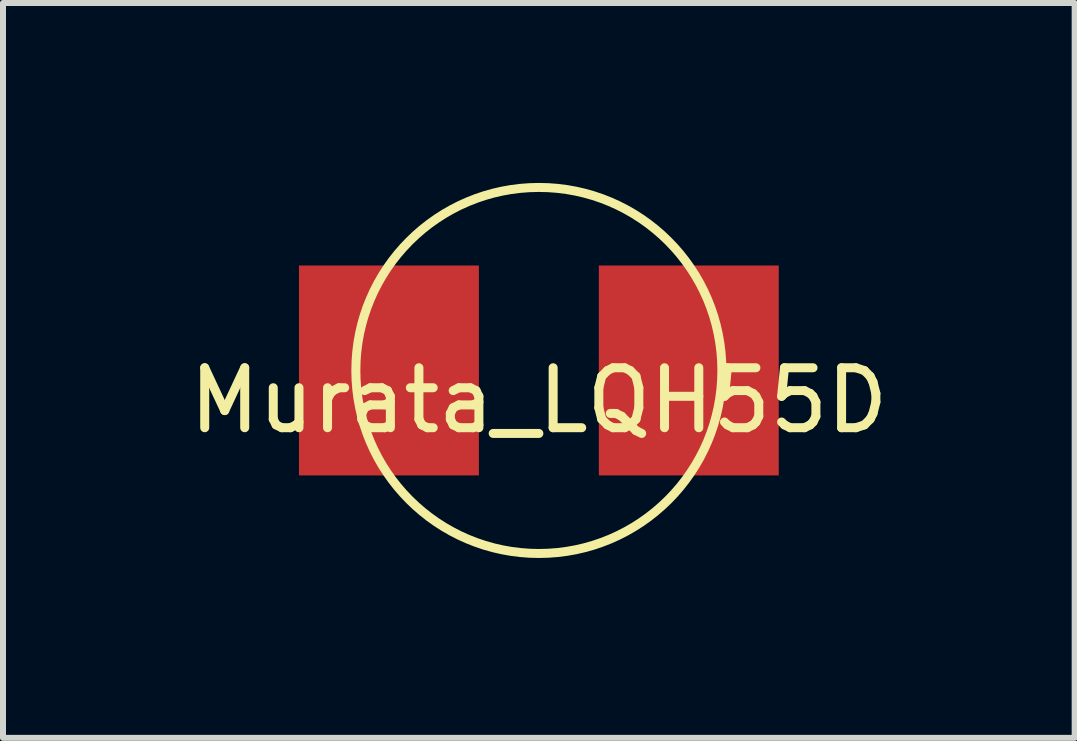
<source format=kicad_pcb>
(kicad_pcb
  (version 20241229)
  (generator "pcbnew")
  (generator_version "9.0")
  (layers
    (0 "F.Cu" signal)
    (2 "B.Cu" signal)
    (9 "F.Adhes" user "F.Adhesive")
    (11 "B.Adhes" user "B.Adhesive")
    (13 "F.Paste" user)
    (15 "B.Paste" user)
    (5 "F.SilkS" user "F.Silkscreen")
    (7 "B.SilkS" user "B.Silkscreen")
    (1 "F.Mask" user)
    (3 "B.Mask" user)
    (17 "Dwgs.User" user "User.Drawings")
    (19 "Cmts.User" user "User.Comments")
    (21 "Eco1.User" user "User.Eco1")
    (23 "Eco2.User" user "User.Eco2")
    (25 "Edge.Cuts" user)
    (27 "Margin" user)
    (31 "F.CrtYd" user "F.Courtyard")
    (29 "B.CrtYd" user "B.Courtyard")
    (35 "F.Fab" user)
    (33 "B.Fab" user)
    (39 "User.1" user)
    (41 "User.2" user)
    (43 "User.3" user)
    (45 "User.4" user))
  (footprint "Murata_LQH55D"
    (layer "F.Cu")
    (at 5.935 3.127)
    (property "Reference" "Murata_LQH55D" (at 0 0.5 0) (layer "F.SilkS") (effects (font (size 1 1) (thickness 0.15))))
    (attr through_hole)
    (fp_circle (center 0 0) (end 1.75 -2.5) (stroke (width 0.15) (type solid)) (fill no) (layer "F.SilkS"))
    (pad "1" smd rect (at -2.5 0) (size 3 3.5) (layers "F.Cu" "F.Mask" "F.Paste"))
    (pad "2" smd rect (at 2.5 0) (size 3 3.5) (layers "F.Cu" "F.Mask" "F.Paste")))
  (gr_rect
    (start -3 -3)
    (end 14.869 9.253)
    (stroke (width 0.1) (type default))
    (fill no)
    (layer "Edge.Cuts")))
</source>
